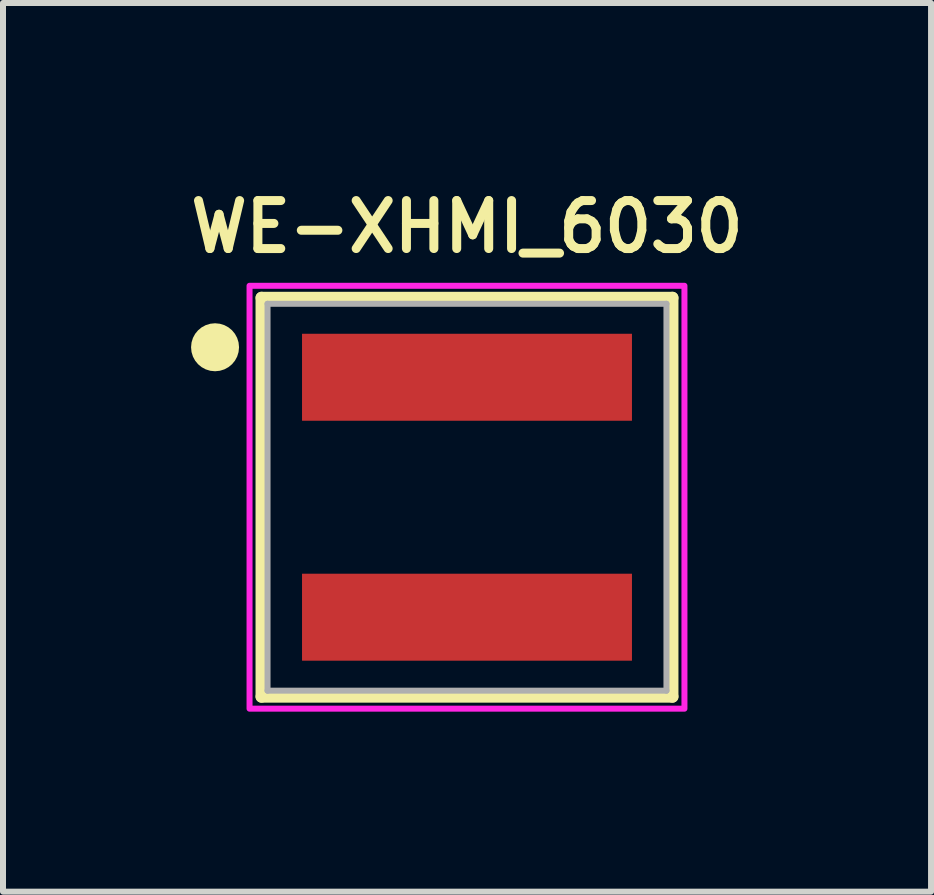
<source format=kicad_pcb>
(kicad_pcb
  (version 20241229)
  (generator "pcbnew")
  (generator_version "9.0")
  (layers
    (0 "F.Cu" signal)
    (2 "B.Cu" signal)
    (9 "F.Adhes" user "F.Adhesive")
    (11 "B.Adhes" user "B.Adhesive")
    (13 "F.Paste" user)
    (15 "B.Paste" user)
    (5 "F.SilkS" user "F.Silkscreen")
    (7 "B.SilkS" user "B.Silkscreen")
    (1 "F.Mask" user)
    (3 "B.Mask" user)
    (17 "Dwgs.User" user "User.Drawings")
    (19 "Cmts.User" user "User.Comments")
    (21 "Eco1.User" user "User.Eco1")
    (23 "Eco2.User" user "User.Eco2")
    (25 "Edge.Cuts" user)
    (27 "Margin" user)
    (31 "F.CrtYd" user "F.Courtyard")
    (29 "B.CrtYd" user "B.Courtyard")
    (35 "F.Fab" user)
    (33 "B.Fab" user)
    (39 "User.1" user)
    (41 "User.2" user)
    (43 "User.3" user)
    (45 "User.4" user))
  (footprint "WE-XHMI_6030"
    (layer "F.Cu")
    (at 4.735 5.239)
    (property "Reference" "WE-XHMI_6030" (at 0 -4.508 0) (layer "F.SilkS") (effects (font (size 0.8 0.8) (thickness 0.15))))
    (attr smd)
    (fp_line (start -3.425 -3.325) (end 3.425 -3.325) (stroke (width 0.2) (type solid)) (layer "F.SilkS"))
    (fp_line (start -3.425 3.325) (end -3.425 -3.325) (stroke (width 0.2) (type solid)) (layer "F.SilkS"))
    (fp_line (start 3.425 -3.325) (end 3.425 3.325) (stroke (width 0.2) (type solid)) (layer "F.SilkS"))
    (fp_line (start 3.425 3.325) (end -3.425 3.325) (stroke (width 0.2) (type solid)) (layer "F.SilkS"))
    (fp_circle (center -4.2 -2.5) (end -4 -2.5) (stroke (width 0.4) (type solid)) (fill no) (layer "F.SilkS"))
    (fp_poly (pts (xy -3.625 -3.525) (xy 3.625 -3.525) (xy 3.625 3.525) (xy -3.625 3.525)) (stroke (width 0.1) (type solid)) (fill no) (layer "F.CrtYd"))
    (fp_line (start -3.325 -3.225) (end 3.325 -3.225) (stroke (width 0.1) (type solid)) (layer "F.Fab"))
    (fp_line (start -3.325 3.225) (end -3.325 -3.225) (stroke (width 0.1) (type solid)) (layer "F.Fab"))
    (fp_line (start 3.325 -3.225) (end 3.325 3.225) (stroke (width 0.1) (type solid)) (layer "F.Fab"))
    (fp_line (start 3.325 3.225) (end -3.325 3.225) (stroke (width 0.1) (type solid)) (layer "F.Fab"))
    (pad "1" smd rect (at 0 -2) (size 5.5 1.45) (layers "F.Cu" "F.Mask" "F.Paste"))
    (pad "2" smd rect (at 0 2) (size 5.5 1.45) (layers "F.Cu" "F.Mask" "F.Paste"))
    (zone (net_name "") (layer "F.Cu") (hatch full 0.508) (connect_pads) (min_thickness 0.1) (filled_areas_thickness no) (keepout (tracks not_allowed) (vias not_allowed) (pads not_allowed) (copperpour not_allowed) (footprints allowed)) (placement (enabled no)) (fill) (polygon (pts (xy 1.51 4.014) (xy 7.96 4.014) (xy 7.96 6.464) (xy 1.51 6.464))))
    (zone (net_name "") (layers "F.Cu" "B.Cu") (hatch full 0.508) (connect_pads) (min_thickness 0.1) (filled_areas_thickness no) (keepout (tracks allowed) (vias not_allowed) (pads allowed) (copperpour allowed) (footprints allowed)) (placement (enabled no)) (fill) (polygon (pts (xy 1.51 4.014) (xy 7.96 4.014) (xy 7.96 6.464) (xy 1.51 6.464)))))
  (gr_rect
    (start -3 -3)
    (end 12.471 11.814)
    (stroke (width 0.1) (type default))
    (fill no)
    (layer "Edge.Cuts")))
</source>
